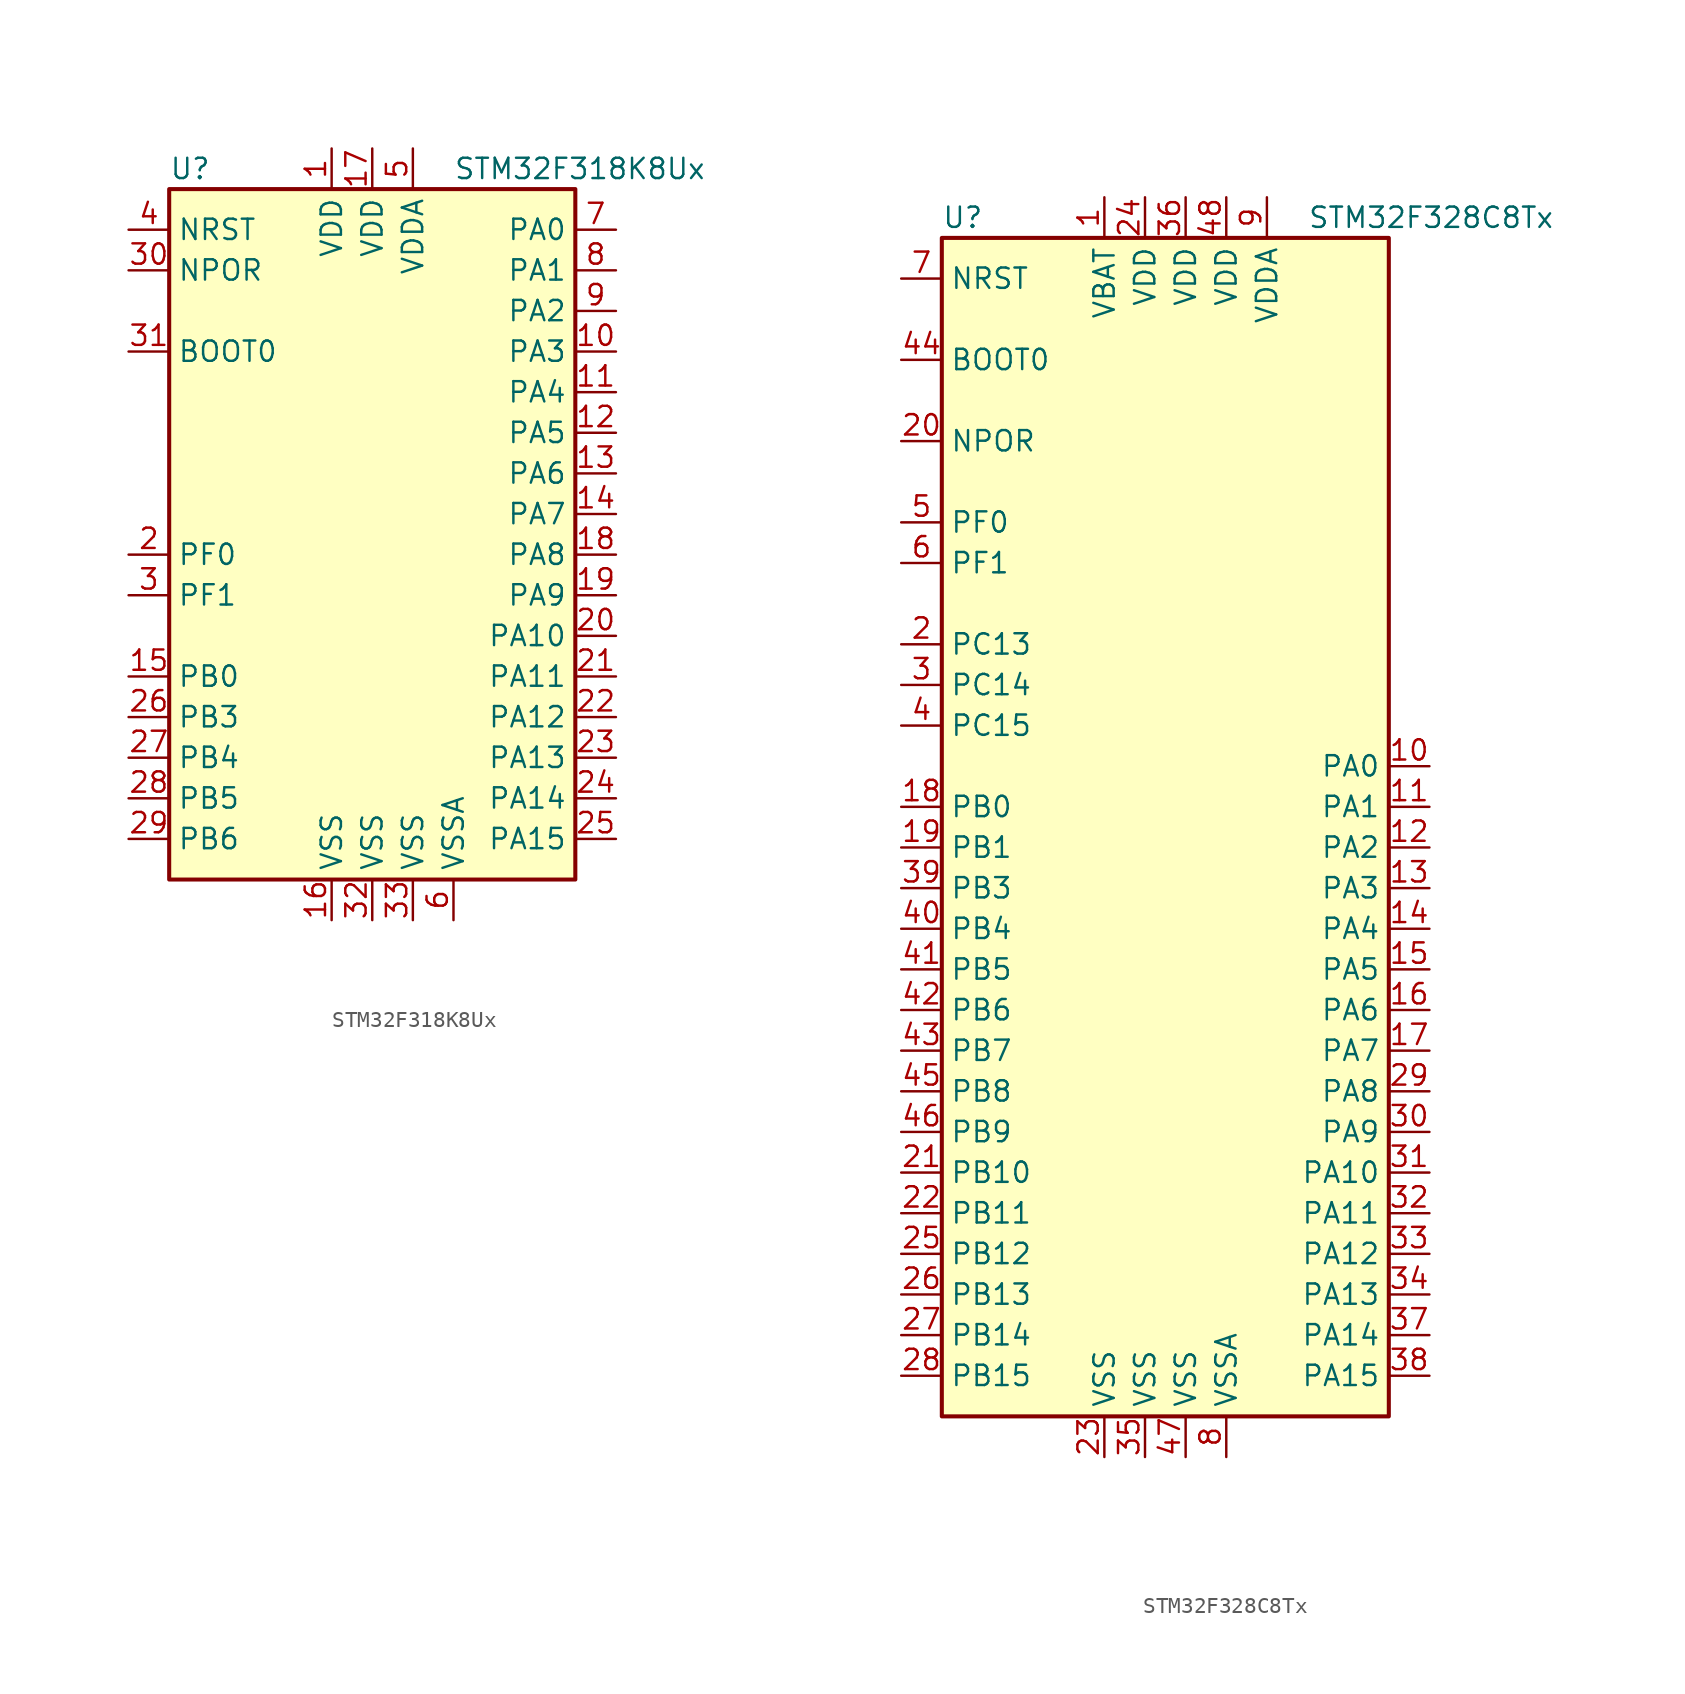
<source format=kicad_sym>
(kicad_symbol_lib
  (version 20211014)
  (generator kicad_symbol_editor)
  (symbol "STM32F318K8Ux"
    (property "Reference" "U"
      (at -12.7 21.59 0)
      (effects (font (size 1.27 1.27)) (justify left)))
    (property "Value" "STM32F318K8Ux"
      (at 5.08 21.59 0)
      (effects (font (size 1.27 1.27)) (justify left)))
    (symbol "STM32F318K8Ux_0_1"
      (rectangle (start -12.7 -22.86) (end 12.7 20.32) (stroke (width 0.254) (type default) (color 0 0 0 0)) (fill (type background))))
    (symbol "STM32F318K8Ux_1_1"
      (pin power_in line (at -2.54 22.86 270) (length 2.54) (name "VDD" (effects (font (size 1.27 1.27)))) (number "1" (effects (font (size 1.27 1.27)))))
      (pin bidirectional line (at 15.24 10.16 180) (length 2.54) (name "PA3" (effects (font (size 1.27 1.27)))) (number "10" (effects (font (size 1.27 1.27)))))
      (pin bidirectional line (at 15.24 7.62 180) (length 2.54) (name "PA4" (effects (font (size 1.27 1.27)))) (number "11" (effects (font (size 1.27 1.27)))))
      (pin bidirectional line (at 15.24 5.08 180) (length 2.54) (name "PA5" (effects (font (size 1.27 1.27)))) (number "12" (effects (font (size 1.27 1.27)))))
      (pin bidirectional line (at 15.24 2.54 180) (length 2.54) (name "PA6" (effects (font (size 1.27 1.27)))) (number "13" (effects (font (size 1.27 1.27)))))
      (pin bidirectional line (at 15.24 0 180) (length 2.54) (name "PA7" (effects (font (size 1.27 1.27)))) (number "14" (effects (font (size 1.27 1.27)))))
      (pin bidirectional line (at -15.24 -10.16 0) (length 2.54) (name "PB0" (effects (font (size 1.27 1.27)))) (number "15" (effects (font (size 1.27 1.27)))))
      (pin power_in line (at -2.54 -25.4 90) (length 2.54) (name "VSS" (effects (font (size 1.27 1.27)))) (number "16" (effects (font (size 1.27 1.27)))))
      (pin power_in line (at 0 22.86 270) (length 2.54) (name "VDD" (effects (font (size 1.27 1.27)))) (number "17" (effects (font (size 1.27 1.27)))))
      (pin bidirectional line (at 15.24 -2.54 180) (length 2.54) (name "PA8" (effects (font (size 1.27 1.27)))) (number "18" (effects (font (size 1.27 1.27)))))
      (pin bidirectional line (at 15.24 -5.08 180) (length 2.54) (name "PA9" (effects (font (size 1.27 1.27)))) (number "19" (effects (font (size 1.27 1.27)))))
      (pin input line (at -15.24 -2.54 0) (length 2.54) (name "PF0" (effects (font (size 1.27 1.27)))) (number "2" (effects (font (size 1.27 1.27)))))
      (pin bidirectional line (at 15.24 -7.62 180) (length 2.54) (name "PA10" (effects (font (size 1.27 1.27)))) (number "20" (effects (font (size 1.27 1.27)))))
      (pin bidirectional line (at 15.24 -10.16 180) (length 2.54) (name "PA11" (effects (font (size 1.27 1.27)))) (number "21" (effects (font (size 1.27 1.27)))))
      (pin bidirectional line (at 15.24 -12.7 180) (length 2.54) (name "PA12" (effects (font (size 1.27 1.27)))) (number "22" (effects (font (size 1.27 1.27)))))
      (pin bidirectional line (at 15.24 -15.24 180) (length 2.54) (name "PA13" (effects (font (size 1.27 1.27)))) (number "23" (effects (font (size 1.27 1.27)))))
      (pin bidirectional line (at 15.24 -17.78 180) (length 2.54) (name "PA14" (effects (font (size 1.27 1.27)))) (number "24" (effects (font (size 1.27 1.27)))))
      (pin bidirectional line (at 15.24 -20.32 180) (length 2.54) (name "PA15" (effects (font (size 1.27 1.27)))) (number "25" (effects (font (size 1.27 1.27)))))
      (pin bidirectional line (at -15.24 -12.7 0) (length 2.54) (name "PB3" (effects (font (size 1.27 1.27)))) (number "26" (effects (font (size 1.27 1.27)))))
      (pin bidirectional line (at -15.24 -15.24 0) (length 2.54) (name "PB4" (effects (font (size 1.27 1.27)))) (number "27" (effects (font (size 1.27 1.27)))))
      (pin bidirectional line (at -15.24 -17.78 0) (length 2.54) (name "PB5" (effects (font (size 1.27 1.27)))) (number "28" (effects (font (size 1.27 1.27)))))
      (pin bidirectional line (at -15.24 -20.32 0) (length 2.54) (name "PB6" (effects (font (size 1.27 1.27)))) (number "29" (effects (font (size 1.27 1.27)))))
      (pin input line (at -15.24 -5.08 0) (length 2.54) (name "PF1" (effects (font (size 1.27 1.27)))) (number "3" (effects (font (size 1.27 1.27)))))
      (pin input line (at -15.24 15.24 0) (length 2.54) (name "NPOR" (effects (font (size 1.27 1.27)))) (number "30" (effects (font (size 1.27 1.27)))))
      (pin input line (at -15.24 10.16 0) (length 2.54) (name "BOOT0" (effects (font (size 1.27 1.27)))) (number "31" (effects (font (size 1.27 1.27)))))
      (pin power_in line (at 0 -25.4 90) (length 2.54) (name "VSS" (effects (font (size 1.27 1.27)))) (number "32" (effects (font (size 1.27 1.27)))))
      (pin power_in line (at 2.54 -25.4 90) (length 2.54) (name "VSS" (effects (font (size 1.27 1.27)))) (number "33" (effects (font (size 1.27 1.27)))))
      (pin input line (at -15.24 17.78 0) (length 2.54) (name "NRST" (effects (font (size 1.27 1.27)))) (number "4" (effects (font (size 1.27 1.27)))))
      (pin power_in line (at 2.54 22.86 270) (length 2.54) (name "VDDA" (effects (font (size 1.27 1.27)))) (number "5" (effects (font (size 1.27 1.27)))))
      (pin power_in line (at 5.08 -25.4 90) (length 2.54) (name "VSSA" (effects (font (size 1.27 1.27)))) (number "6" (effects (font (size 1.27 1.27)))))
      (pin bidirectional line (at 15.24 17.78 180) (length 2.54) (name "PA0" (effects (font (size 1.27 1.27)))) (number "7" (effects (font (size 1.27 1.27)))))
      (pin bidirectional line (at 15.24 15.24 180) (length 2.54) (name "PA1" (effects (font (size 1.27 1.27)))) (number "8" (effects (font (size 1.27 1.27)))))
      (pin bidirectional line (at 15.24 12.7 180) (length 2.54) (name "PA2" (effects (font (size 1.27 1.27)))) (number "9" (effects (font (size 1.27 1.27)))))))
  (symbol "STM32F328C8Tx"
    (property "Reference" "U"
      (at -15.24 36.83 0)
      (effects (font (size 1.27 1.27)) (justify left)))
    (property "Value" "STM32F328C8Tx"
      (at 7.62 36.83 0)
      (effects (font (size 1.27 1.27)) (justify left)))
    (symbol "STM32F328C8Tx_0_1"
      (rectangle (start -15.24 -38.1) (end 12.7 35.56) (stroke (width 0.254) (type default) (color 0 0 0 0)) (fill (type background))))
    (symbol "STM32F328C8Tx_1_1"
      (pin power_in line (at -5.08 38.1 270) (length 2.54) (name "VBAT" (effects (font (size 1.27 1.27)))) (number "1" (effects (font (size 1.27 1.27)))))
      (pin bidirectional line (at 15.24 2.54 180) (length 2.54) (name "PA0" (effects (font (size 1.27 1.27)))) (number "10" (effects (font (size 1.27 1.27)))))
      (pin bidirectional line (at 15.24 0 180) (length 2.54) (name "PA1" (effects (font (size 1.27 1.27)))) (number "11" (effects (font (size 1.27 1.27)))))
      (pin bidirectional line (at 15.24 -2.54 180) (length 2.54) (name "PA2" (effects (font (size 1.27 1.27)))) (number "12" (effects (font (size 1.27 1.27)))))
      (pin bidirectional line (at 15.24 -5.08 180) (length 2.54) (name "PA3" (effects (font (size 1.27 1.27)))) (number "13" (effects (font (size 1.27 1.27)))))
      (pin bidirectional line (at 15.24 -7.62 180) (length 2.54) (name "PA4" (effects (font (size 1.27 1.27)))) (number "14" (effects (font (size 1.27 1.27)))))
      (pin bidirectional line (at 15.24 -10.16 180) (length 2.54) (name "PA5" (effects (font (size 1.27 1.27)))) (number "15" (effects (font (size 1.27 1.27)))))
      (pin bidirectional line (at 15.24 -12.7 180) (length 2.54) (name "PA6" (effects (font (size 1.27 1.27)))) (number "16" (effects (font (size 1.27 1.27)))))
      (pin bidirectional line (at 15.24 -15.24 180) (length 2.54) (name "PA7" (effects (font (size 1.27 1.27)))) (number "17" (effects (font (size 1.27 1.27)))))
      (pin bidirectional line (at -17.78 0 0) (length 2.54) (name "PB0" (effects (font (size 1.27 1.27)))) (number "18" (effects (font (size 1.27 1.27)))))
      (pin bidirectional line (at -17.78 -2.54 0) (length 2.54) (name "PB1" (effects (font (size 1.27 1.27)))) (number "19" (effects (font (size 1.27 1.27)))))
      (pin bidirectional line (at -17.78 10.16 0) (length 2.54) (name "PC13" (effects (font (size 1.27 1.27)))) (number "2" (effects (font (size 1.27 1.27)))))
      (pin power_in line (at -17.78 22.86 0) (length 2.54) (name "NPOR" (effects (font (size 1.27 1.27)))) (number "20" (effects (font (size 1.27 1.27)))))
      (pin bidirectional line (at -17.78 -22.86 0) (length 2.54) (name "PB10" (effects (font (size 1.27 1.27)))) (number "21" (effects (font (size 1.27 1.27)))))
      (pin bidirectional line (at -17.78 -25.4 0) (length 2.54) (name "PB11" (effects (font (size 1.27 1.27)))) (number "22" (effects (font (size 1.27 1.27)))))
      (pin power_in line (at -5.08 -40.64 90) (length 2.54) (name "VSS" (effects (font (size 1.27 1.27)))) (number "23" (effects (font (size 1.27 1.27)))))
      (pin power_in line (at -2.54 38.1 270) (length 2.54) (name "VDD" (effects (font (size 1.27 1.27)))) (number "24" (effects (font (size 1.27 1.27)))))
      (pin bidirectional line (at -17.78 -27.94 0) (length 2.54) (name "PB12" (effects (font (size 1.27 1.27)))) (number "25" (effects (font (size 1.27 1.27)))))
      (pin bidirectional line (at -17.78 -30.48 0) (length 2.54) (name "PB13" (effects (font (size 1.27 1.27)))) (number "26" (effects (font (size 1.27 1.27)))))
      (pin bidirectional line (at -17.78 -33.02 0) (length 2.54) (name "PB14" (effects (font (size 1.27 1.27)))) (number "27" (effects (font (size 1.27 1.27)))))
      (pin bidirectional line (at -17.78 -35.56 0) (length 2.54) (name "PB15" (effects (font (size 1.27 1.27)))) (number "28" (effects (font (size 1.27 1.27)))))
      (pin bidirectional line (at 15.24 -17.78 180) (length 2.54) (name "PA8" (effects (font (size 1.27 1.27)))) (number "29" (effects (font (size 1.27 1.27)))))
      (pin bidirectional line (at -17.78 7.62 0) (length 2.54) (name "PC14" (effects (font (size 1.27 1.27)))) (number "3" (effects (font (size 1.27 1.27)))))
      (pin bidirectional line (at 15.24 -20.32 180) (length 2.54) (name "PA9" (effects (font (size 1.27 1.27)))) (number "30" (effects (font (size 1.27 1.27)))))
      (pin bidirectional line (at 15.24 -22.86 180) (length 2.54) (name "PA10" (effects (font (size 1.27 1.27)))) (number "31" (effects (font (size 1.27 1.27)))))
      (pin bidirectional line (at 15.24 -25.4 180) (length 2.54) (name "PA11" (effects (font (size 1.27 1.27)))) (number "32" (effects (font (size 1.27 1.27)))))
      (pin bidirectional line (at 15.24 -27.94 180) (length 2.54) (name "PA12" (effects (font (size 1.27 1.27)))) (number "33" (effects (font (size 1.27 1.27)))))
      (pin bidirectional line (at 15.24 -30.48 180) (length 2.54) (name "PA13" (effects (font (size 1.27 1.27)))) (number "34" (effects (font (size 1.27 1.27)))))
      (pin power_in line (at -2.54 -40.64 90) (length 2.54) (name "VSS" (effects (font (size 1.27 1.27)))) (number "35" (effects (font (size 1.27 1.27)))))
      (pin power_in line (at 0 38.1 270) (length 2.54) (name "VDD" (effects (font (size 1.27 1.27)))) (number "36" (effects (font (size 1.27 1.27)))))
      (pin bidirectional line (at 15.24 -33.02 180) (length 2.54) (name "PA14" (effects (font (size 1.27 1.27)))) (number "37" (effects (font (size 1.27 1.27)))))
      (pin bidirectional line (at 15.24 -35.56 180) (length 2.54) (name "PA15" (effects (font (size 1.27 1.27)))) (number "38" (effects (font (size 1.27 1.27)))))
      (pin bidirectional line (at -17.78 -5.08 0) (length 2.54) (name "PB3" (effects (font (size 1.27 1.27)))) (number "39" (effects (font (size 1.27 1.27)))))
      (pin bidirectional line (at -17.78 5.08 0) (length 2.54) (name "PC15" (effects (font (size 1.27 1.27)))) (number "4" (effects (font (size 1.27 1.27)))))
      (pin bidirectional line (at -17.78 -7.62 0) (length 2.54) (name "PB4" (effects (font (size 1.27 1.27)))) (number "40" (effects (font (size 1.27 1.27)))))
      (pin bidirectional line (at -17.78 -10.16 0) (length 2.54) (name "PB5" (effects (font (size 1.27 1.27)))) (number "41" (effects (font (size 1.27 1.27)))))
      (pin bidirectional line (at -17.78 -12.7 0) (length 2.54) (name "PB6" (effects (font (size 1.27 1.27)))) (number "42" (effects (font (size 1.27 1.27)))))
      (pin bidirectional line (at -17.78 -15.24 0) (length 2.54) (name "PB7" (effects (font (size 1.27 1.27)))) (number "43" (effects (font (size 1.27 1.27)))))
      (pin input line (at -17.78 27.94 0) (length 2.54) (name "BOOT0" (effects (font (size 1.27 1.27)))) (number "44" (effects (font (size 1.27 1.27)))))
      (pin bidirectional line (at -17.78 -17.78 0) (length 2.54) (name "PB8" (effects (font (size 1.27 1.27)))) (number "45" (effects (font (size 1.27 1.27)))))
      (pin bidirectional line (at -17.78 -20.32 0) (length 2.54) (name "PB9" (effects (font (size 1.27 1.27)))) (number "46" (effects (font (size 1.27 1.27)))))
      (pin power_in line (at 0 -40.64 90) (length 2.54) (name "VSS" (effects (font (size 1.27 1.27)))) (number "47" (effects (font (size 1.27 1.27)))))
      (pin power_in line (at 2.54 38.1 270) (length 2.54) (name "VDD" (effects (font (size 1.27 1.27)))) (number "48" (effects (font (size 1.27 1.27)))))
      (pin input line (at -17.78 17.78 0) (length 2.54) (name "PF0" (effects (font (size 1.27 1.27)))) (number "5" (effects (font (size 1.27 1.27)))))
      (pin input line (at -17.78 15.24 0) (length 2.54) (name "PF1" (effects (font (size 1.27 1.27)))) (number "6" (effects (font (size 1.27 1.27)))))
      (pin input line (at -17.78 33.02 0) (length 2.54) (name "NRST" (effects (font (size 1.27 1.27)))) (number "7" (effects (font (size 1.27 1.27)))))
      (pin power_in line (at 2.54 -40.64 90) (length 2.54) (name "VSSA" (effects (font (size 1.27 1.27)))) (number "8" (effects (font (size 1.27 1.27)))))
      (pin power_in line (at 5.08 38.1 270) (length 2.54) (name "VDDA" (effects (font (size 1.27 1.27)))) (number "9" (effects (font (size 1.27 1.27))))))))
</source>
